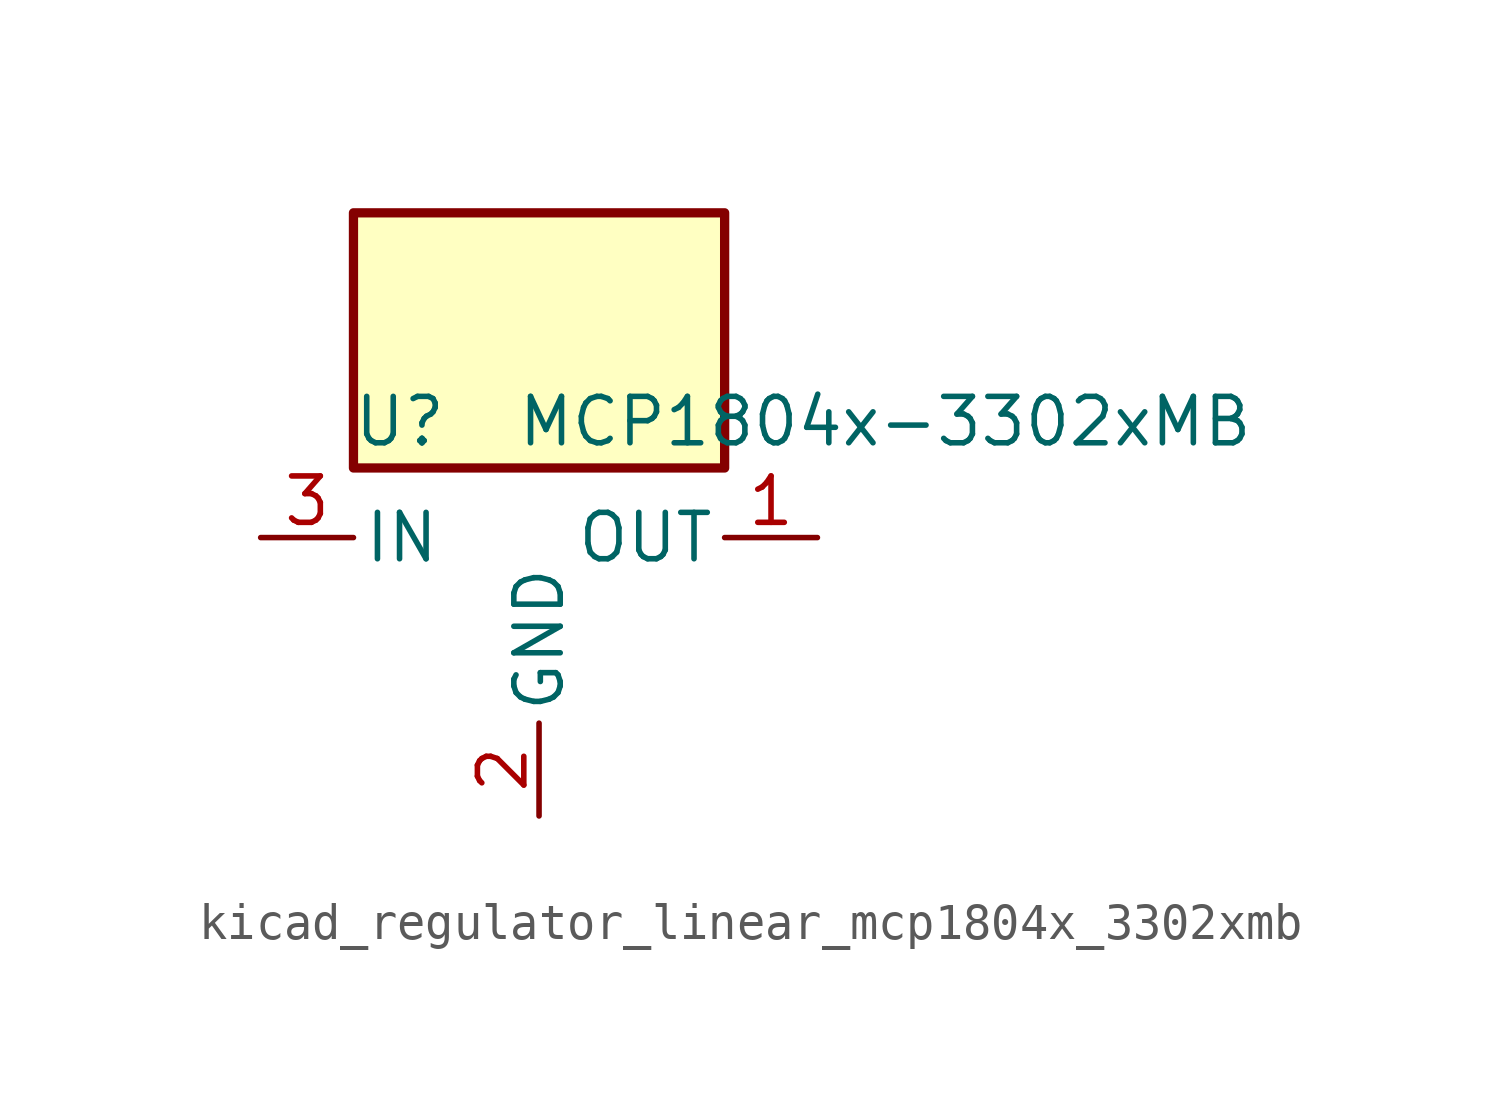
<source format=kicad_sym>
(kicad_symbol_lib
  (version 20220914)
  (generator kicad_symbol_editor)
  (symbol "kicad_regulator_linear_mcp1804x_3302xmb"
    (pin_names
      (offset 0.254))
    (property "Reference" "U"
      (at -3.81 3.175 0)
      (effects (font (size 1.27 1.27))))
    (property "Value" "MCP1804x-3302xMB"
      (at -0.635 3.175 0)
      (effects (font (size 1.27 1.27)) (justify left)))
    (symbol "kicad_regulator_linear_mcp1804x_3302xmb_0_1"
      (rectangle (start 5.08 8.89) (end -5.08 1.905) (stroke (width 0.254) (type default)) (fill (type background))))
    (symbol "kicad_regulator_linear_mcp1804x_3302xmb_1_1"
      (pin power_out line (at 7.62 0 180) (length 2.54) (name "OUT" (effects (font (size 1.27 1.27)))) (number "1" (effects (font (size 1.27 1.27)))))
      (pin power_in line (at 0 -7.62 90) (length 2.54) (name "GND" (effects (font (size 1.27 1.27)))) (number "2" (effects (font (size 1.27 1.27)))))
      (pin power_in line (at -7.62 0 0) (length 2.54) (name "IN" (effects (font (size 1.27 1.27)))) (number "3" (effects (font (size 1.27 1.27))))))))
</source>
